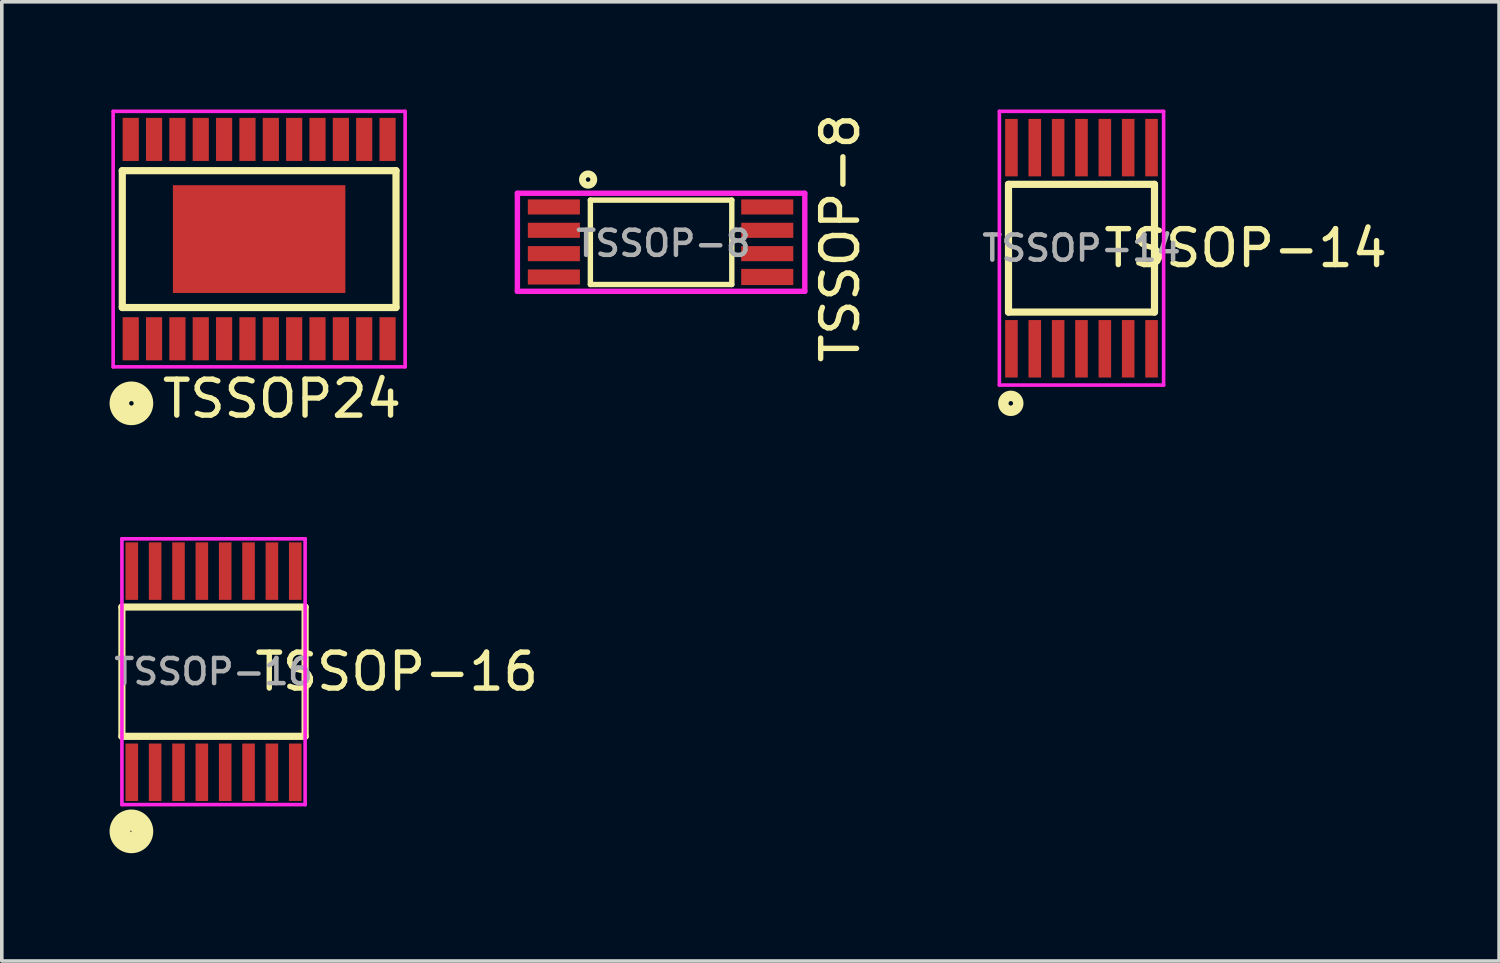
<source format=kicad_pcb>
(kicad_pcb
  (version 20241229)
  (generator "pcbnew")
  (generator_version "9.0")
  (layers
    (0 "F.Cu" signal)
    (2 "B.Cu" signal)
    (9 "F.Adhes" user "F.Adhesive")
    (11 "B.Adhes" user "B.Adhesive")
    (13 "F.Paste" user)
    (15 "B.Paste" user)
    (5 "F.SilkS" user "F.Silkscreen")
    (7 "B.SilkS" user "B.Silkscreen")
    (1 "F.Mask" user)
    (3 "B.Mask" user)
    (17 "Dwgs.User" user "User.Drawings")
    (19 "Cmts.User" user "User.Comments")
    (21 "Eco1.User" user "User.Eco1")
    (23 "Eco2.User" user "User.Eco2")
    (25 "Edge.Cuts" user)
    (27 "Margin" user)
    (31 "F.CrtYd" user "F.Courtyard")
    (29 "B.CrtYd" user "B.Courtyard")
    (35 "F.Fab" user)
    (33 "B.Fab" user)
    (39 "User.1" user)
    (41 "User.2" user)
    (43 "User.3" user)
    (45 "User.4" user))
  (footprint "TSSOP-14"
    (layer "F.Cu")
    (at 27.057 3.86)
    (property "Reference" "TSSOP-14" (at 4.572 0 0) (layer "F.SilkS") (effects (font (size 1 1) (thickness 0.15))))
    (attr through_hole)
    (fp_line (start -2.032 -1.778) (end 2.032 -1.778) (stroke (width 0.2) (type solid)) (layer "F.SilkS"))
    (fp_line (start -2.032 1.778) (end -2.032 -1.778) (stroke (width 0.2) (type solid)) (layer "F.SilkS"))
    (fp_line (start 2.032 -1.778) (end 2.032 1.778) (stroke (width 0.2) (type solid)) (layer "F.SilkS"))
    (fp_line (start 2.032 1.778) (end -2.032 1.778) (stroke (width 0.2) (type solid)) (layer "F.SilkS"))
    (fp_circle (center -1.968 4.318) (end -1.905 4.318) (stroke (width 0.2) (type solid)) (fill no) (layer "F.SilkS"))
    (fp_circle (center -1.968 4.318) (end -1.714 4.318) (stroke (width 0.2) (type solid)) (fill no) (layer "F.SilkS"))
    (fp_line (start -2.286 -3.81) (end 2.286 -3.81) (stroke (width 0.1) (type solid)) (layer "F.CrtYd"))
    (fp_line (start -2.286 3.81) (end -2.286 -3.81) (stroke (width 0.1) (type solid)) (layer "F.CrtYd"))
    (fp_line (start 2.286 -3.81) (end 2.286 3.81) (stroke (width 0.1) (type solid)) (layer "F.CrtYd"))
    (fp_line (start 2.286 3.81) (end -2.286 3.81) (stroke (width 0.1) (type solid)) (layer "F.CrtYd"))
    (fp_text user "${REFERENCE}" (at 0 0 0) (layer "F.Fab") (effects (font (size 0.7 0.7) (thickness 0.125))))
    (pad "1" smd rect (at -1.95 2.8) (size 0.35 1.6) (layers "F.Cu" "F.Mask" "F.Paste"))
    (pad "2" smd rect (at -1.3 2.8) (size 0.35 1.6) (layers "F.Cu" "F.Mask" "F.Paste"))
    (pad "3" smd rect (at -0.65 2.8) (size 0.35 1.6) (layers "F.Cu" "F.Mask" "F.Paste"))
    (pad "4" smd rect (at 0 2.8) (size 0.35 1.6) (layers "F.Cu" "F.Mask" "F.Paste"))
    (pad "5" smd rect (at 0.65 2.8) (size 0.35 1.6) (layers "F.Cu" "F.Mask" "F.Paste"))
    (pad "6" smd rect (at 1.3 2.8) (size 0.35 1.6) (layers "F.Cu" "F.Mask" "F.Paste"))
    (pad "7" smd rect (at 1.95 2.8) (size 0.35 1.6) (layers "F.Cu" "F.Mask" "F.Paste"))
    (pad "8" smd rect (at 1.95 -2.8) (size 0.35 1.6) (layers "F.Cu" "F.Mask" "F.Paste"))
    (pad "9" smd rect (at 1.3 -2.8) (size 0.35 1.6) (layers "F.Cu" "F.Mask" "F.Paste"))
    (pad "10" smd rect (at 0.65 -2.8) (size 0.35 1.6) (layers "F.Cu" "F.Mask" "F.Paste"))
    (pad "11" smd rect (at 0 -2.8) (size 0.35 1.6) (layers "F.Cu" "F.Mask" "F.Paste"))
    (pad "12" smd rect (at -0.65 -2.8) (size 0.35 1.6) (layers "F.Cu" "F.Mask" "F.Paste"))
    (pad "13" smd rect (at -1.3 -2.8) (size 0.35 1.6) (layers "F.Cu" "F.Mask" "F.Paste"))
    (pad "14" smd rect (at -1.95 -2.8) (size 0.35 1.6) (layers "F.Cu" "F.Mask" "F.Paste")))
  (footprint "TSSOP24"
    (layer "F.Cu")
    (at 4.164 3.606)
    (property "Reference" "TSSOP24" (at 0.635 4.445 0) (layer "F.SilkS") (effects (font (size 1 1) (thickness 0.15))))
    (attr through_hole)
    (fp_line (start -3.81 -1.905) (end -3.81 1.905) (stroke (width 0.2) (type solid)) (layer "F.SilkS"))
    (fp_line (start -3.81 1.905) (end 3.81 1.905) (stroke (width 0.2) (type solid)) (layer "F.SilkS"))
    (fp_line (start 3.81 -1.905) (end -3.81 -1.905) (stroke (width 0.2) (type solid)) (layer "F.SilkS"))
    (fp_line (start 3.81 1.905) (end 3.81 -1.905) (stroke (width 0.2) (type solid)) (layer "F.SilkS"))
    (fp_circle (center -3.556 4.572) (end -3.493 4.572) (stroke (width 0.2) (type solid)) (fill no) (layer "F.SilkS"))
    (fp_circle (center -3.556 4.572) (end -3.302 4.572) (stroke (width 0.2) (type solid)) (fill no) (layer "F.SilkS"))
    (fp_circle (center -3.556 4.572) (end -3.175 4.572) (stroke (width 0.2) (type solid)) (fill no) (layer "F.SilkS"))
    (fp_circle (center -3.556 4.572) (end -3.048 4.572) (stroke (width 0.2) (type solid)) (fill no) (layer "F.SilkS"))
    (fp_line (start -4.064 -3.556) (end -4.064 3.556) (stroke (width 0.1) (type solid)) (layer "F.CrtYd"))
    (fp_line (start -4.064 3.556) (end 4.064 3.556) (stroke (width 0.1) (type solid)) (layer "F.CrtYd"))
    (fp_line (start 4.064 -3.556) (end -4.064 -3.556) (stroke (width 0.1) (type solid)) (layer "F.CrtYd"))
    (fp_line (start 4.064 3.556) (end 4.064 -3.556) (stroke (width 0.1) (type solid)) (layer "F.CrtYd"))
    (pad "1" smd rect (at -3.575 2.775) (size 0.45 1.2) (layers "F.Cu" "F.Mask" "F.Paste"))
    (pad "2" smd rect (at -2.925 2.775) (size 0.45 1.2) (layers "F.Cu" "F.Mask" "F.Paste"))
    (pad "3" smd rect (at -2.275 2.775) (size 0.45 1.2) (layers "F.Cu" "F.Mask" "F.Paste"))
    (pad "4" smd rect (at -1.625 2.775) (size 0.45 1.2) (layers "F.Cu" "F.Mask" "F.Paste"))
    (pad "5" smd rect (at -0.975 2.775) (size 0.45 1.2) (layers "F.Cu" "F.Mask" "F.Paste"))
    (pad "6" smd rect (at -0.325 2.775) (size 0.45 1.2) (layers "F.Cu" "F.Mask" "F.Paste"))
    (pad "7" smd rect (at 0.325 2.775) (size 0.45 1.2) (layers "F.Cu" "F.Mask" "F.Paste"))
    (pad "8" smd rect (at 0.975 2.775) (size 0.45 1.2) (layers "F.Cu" "F.Mask" "F.Paste"))
    (pad "9" smd rect (at 1.625 2.775) (size 0.45 1.2) (layers "F.Cu" "F.Mask" "F.Paste"))
    (pad "10" smd rect (at 2.275 2.775) (size 0.45 1.2) (layers "F.Cu" "F.Mask" "F.Paste"))
    (pad "11" smd rect (at 2.925 2.775) (size 0.45 1.2) (layers "F.Cu" "F.Mask" "F.Paste"))
    (pad "12" smd rect (at 3.575 2.775) (size 0.45 1.2) (layers "F.Cu" "F.Mask" "F.Paste"))
    (pad "13" smd rect (at 3.575 -2.775) (size 0.45 1.2) (layers "F.Cu" "F.Mask" "F.Paste"))
    (pad "14" smd rect (at 2.925 -2.775) (size 0.45 1.2) (layers "F.Cu" "F.Mask" "F.Paste"))
    (pad "15" smd rect (at 2.275 -2.775) (size 0.45 1.2) (layers "F.Cu" "F.Mask" "F.Paste"))
    (pad "16" smd rect (at 1.625 -2.775) (size 0.45 1.2) (layers "F.Cu" "F.Mask" "F.Paste"))
    (pad "17" smd rect (at 0.975 -2.775) (size 0.45 1.2) (layers "F.Cu" "F.Mask" "F.Paste"))
    (pad "18" smd rect (at 0.325 -2.775) (size 0.45 1.2) (layers "F.Cu" "F.Mask" "F.Paste"))
    (pad "19" smd rect (at -0.325 -2.775) (size 0.45 1.2) (layers "F.Cu" "F.Mask" "F.Paste"))
    (pad "20" smd rect (at -0.975 -2.775) (size 0.45 1.2) (layers "F.Cu" "F.Mask" "F.Paste"))
    (pad "21" smd rect (at -1.625 -2.775) (size 0.45 1.2) (layers "F.Cu" "F.Mask" "F.Paste"))
    (pad "22" smd rect (at -2.275 -2.775) (size 0.45 1.2) (layers "F.Cu" "F.Mask" "F.Paste"))
    (pad "23" smd rect (at -2.925 -2.775) (size 0.45 1.2) (layers "F.Cu" "F.Mask" "F.Paste"))
    (pad "24" smd rect (at -3.575 -2.775) (size 0.45 1.2) (layers "F.Cu" "F.Mask" "F.Paste"))
    (pad "~" smd rect (at 0 0) (size 4.8 3) (layers "F.Cu" "F.Mask" "F.Paste")))
  (footprint "TSSOP-8"
    (layer "F.Cu")
    (at 12.369 2.711)
    (property "Reference" "TSSOP-8" (at 7.972 0.866 90) (layer "F.SilkS") (effects (font (size 1 1) (thickness 0.15))))
    (attr through_hole)
    (fp_line (start 1.016 -0.191) (end 1.016 2.159) (stroke (width 0.15) (type solid)) (layer "F.SilkS"))
    (fp_line (start 1.016 2.159) (end 4.953 2.159) (stroke (width 0.15) (type solid)) (layer "F.SilkS"))
    (fp_line (start 4.953 -0.191) (end 1.016 -0.191) (stroke (width 0.15) (type solid)) (layer "F.SilkS"))
    (fp_line (start 4.953 2.159) (end 4.953 -0.191) (stroke (width 0.15) (type solid)) (layer "F.SilkS"))
    (fp_circle (center 0.953 -0.762) (end 1.016 -0.762) (stroke (width 0.15) (type solid)) (fill no) (layer "F.SilkS"))
    (fp_circle (center 0.953 -0.762) (end 1.079 -0.635) (stroke (width 0.15) (type solid)) (fill no) (layer "F.SilkS"))
    (fp_line (start -1.016 -0.381) (end -1.016 2.349) (stroke (width 0.15) (type solid)) (layer "F.CrtYd"))
    (fp_line (start -1.016 2.349) (end 6.985 2.349) (stroke (width 0.15) (type solid)) (layer "F.CrtYd"))
    (fp_line (start 6.985 -0.381) (end -1.016 -0.381) (stroke (width 0.15) (type solid)) (layer "F.CrtYd"))
    (fp_line (start 6.985 2.349) (end 6.985 -0.381) (stroke (width 0.15) (type solid)) (layer "F.CrtYd"))
    (fp_text user "${REFERENCE}" (at 3.048 1.016 0) (layer "F.Fab") (effects (font (size 0.7 0.7) (thickness 0.125))))
    (pad "1" smd rect (at 0 0) (size 1.45 0.42) (layers "F.Cu" "F.Mask" "F.Paste"))
    (pad "2" smd rect (at 0 0.65) (size 1.45 0.42) (layers "F.Cu" "F.Mask" "F.Paste"))
    (pad "3" smd rect (at 0 1.3) (size 1.45 0.42) (layers "F.Cu" "F.Mask" "F.Paste"))
    (pad "4" smd rect (at 0 1.95) (size 1.45 0.42) (layers "F.Cu" "F.Mask" "F.Paste"))
    (pad "5" smd rect (at 5.94 1.95) (size 1.45 0.45) (layers "F.Cu" "F.Mask" "F.Paste"))
    (pad "6" smd rect (at 5.94 1.3) (size 1.45 0.42) (layers "F.Cu" "F.Mask" "F.Paste"))
    (pad "7" smd rect (at 5.94 0.65) (size 1.45 0.42) (layers "F.Cu" "F.Mask" "F.Paste"))
    (pad "8" smd rect (at 5.94 0) (size 1.45 0.42) (layers "F.Cu" "F.Mask" "F.Paste")))
  (footprint "TSSOP-16"
    (layer "F.Cu")
    (at 2.894 15.649)
    (property "Reference" "TSSOP-16" (at 5.1 0 0) (layer "F.SilkS") (effects (font (size 1 1) (thickness 0.15))))
    (attr through_hole)
    (fp_line (start -2.55 -1.8) (end -2.55 1.8) (stroke (width 0.2) (type solid)) (layer "F.SilkS"))
    (fp_line (start -2.55 1.8) (end 2.55 1.8) (stroke (width 0.2) (type solid)) (layer "F.SilkS"))
    (fp_line (start 2.55 -1.8) (end -2.55 -1.8) (stroke (width 0.2) (type solid)) (layer "F.SilkS"))
    (fp_line (start 2.55 1.8) (end 2.55 -1.8) (stroke (width 0.2) (type solid)) (layer "F.SilkS"))
    (fp_circle (center -2.349 4.445) (end -2.286 4.445) (stroke (width 0.2) (type solid)) (fill no) (layer "F.SilkS"))
    (fp_circle (center -2.286 4.445) (end -2.159 4.445) (stroke (width 0.2) (type solid)) (fill no) (layer "F.SilkS"))
    (fp_circle (center -2.286 4.445) (end -2.032 4.445) (stroke (width 0.2) (type solid)) (fill no) (layer "F.SilkS"))
    (fp_circle (center -2.286 4.445) (end -1.905 4.445) (stroke (width 0.2) (type solid)) (fill no) (layer "F.SilkS"))
    (fp_circle (center -2.286 4.445) (end -1.778 4.445) (stroke (width 0.2) (type solid)) (fill no) (layer "F.SilkS"))
    (fp_line (start -2.55 -3.7) (end -2.55 3.7) (stroke (width 0.1) (type solid)) (layer "F.CrtYd"))
    (fp_line (start -2.55 3.7) (end 2.55 3.7) (stroke (width 0.1) (type solid)) (layer "F.CrtYd"))
    (fp_line (start 2.55 -3.7) (end -2.55 -3.7) (stroke (width 0.1) (type solid)) (layer "F.CrtYd"))
    (fp_line (start 2.55 3.7) (end 2.55 -3.7) (stroke (width 0.1) (type solid)) (layer "F.CrtYd"))
    (fp_text user "${REFERENCE}" (at 0 0 0) (layer "F.Fab") (effects (font (size 0.7 0.7) (thickness 0.125))))
    (pad "1" smd rect (at -2.275 2.8) (size 0.35 1.6) (layers "F.Cu" "F.Mask" "F.Paste"))
    (pad "2" smd rect (at -1.625 2.8) (size 0.35 1.6) (layers "F.Cu" "F.Mask" "F.Paste"))
    (pad "3" smd rect (at -0.975 2.8) (size 0.35 1.6) (layers "F.Cu" "F.Mask" "F.Paste"))
    (pad "4" smd rect (at -0.325 2.8) (size 0.35 1.6) (layers "F.Cu" "F.Mask" "F.Paste"))
    (pad "5" smd rect (at 0.325 2.8) (size 0.35 1.6) (layers "F.Cu" "F.Mask" "F.Paste"))
    (pad "6" smd rect (at 0.975 2.8) (size 0.35 1.6) (layers "F.Cu" "F.Mask" "F.Paste"))
    (pad "7" smd rect (at 1.625 2.8) (size 0.35 1.6) (layers "F.Cu" "F.Mask" "F.Paste"))
    (pad "8" smd rect (at 2.275 2.8) (size 0.35 1.6) (layers "F.Cu" "F.Mask" "F.Paste"))
    (pad "9" smd rect (at 2.275 -2.8) (size 0.35 1.6) (layers "F.Cu" "F.Mask" "F.Paste"))
    (pad "10" smd rect (at 1.625 -2.8) (size 0.35 1.6) (layers "F.Cu" "F.Mask" "F.Paste"))
    (pad "11" smd rect (at 0.975 -2.8) (size 0.35 1.6) (layers "F.Cu" "F.Mask" "F.Paste"))
    (pad "12" smd rect (at 0.325 -2.8) (size 0.35 1.6) (layers "F.Cu" "F.Mask" "F.Paste"))
    (pad "13" smd rect (at -0.325 -2.8) (size 0.35 1.6) (layers "F.Cu" "F.Mask" "F.Paste"))
    (pad "14" smd rect (at -0.975 -2.8) (size 0.35 1.6) (layers "F.Cu" "F.Mask" "F.Paste"))
    (pad "15" smd rect (at -1.625 -2.8) (size 0.35 1.6) (layers "F.Cu" "F.Mask" "F.Paste"))
    (pad "16" smd rect (at -2.275 -2.8) (size 0.35 1.6) (layers "F.Cu" "F.Mask" "F.Paste")))
  (gr_rect
    (start -3 -3)
    (end 38.682 23.702)
    (stroke (width 0.1) (type default))
    (fill no)
    (layer "Edge.Cuts")))
</source>
